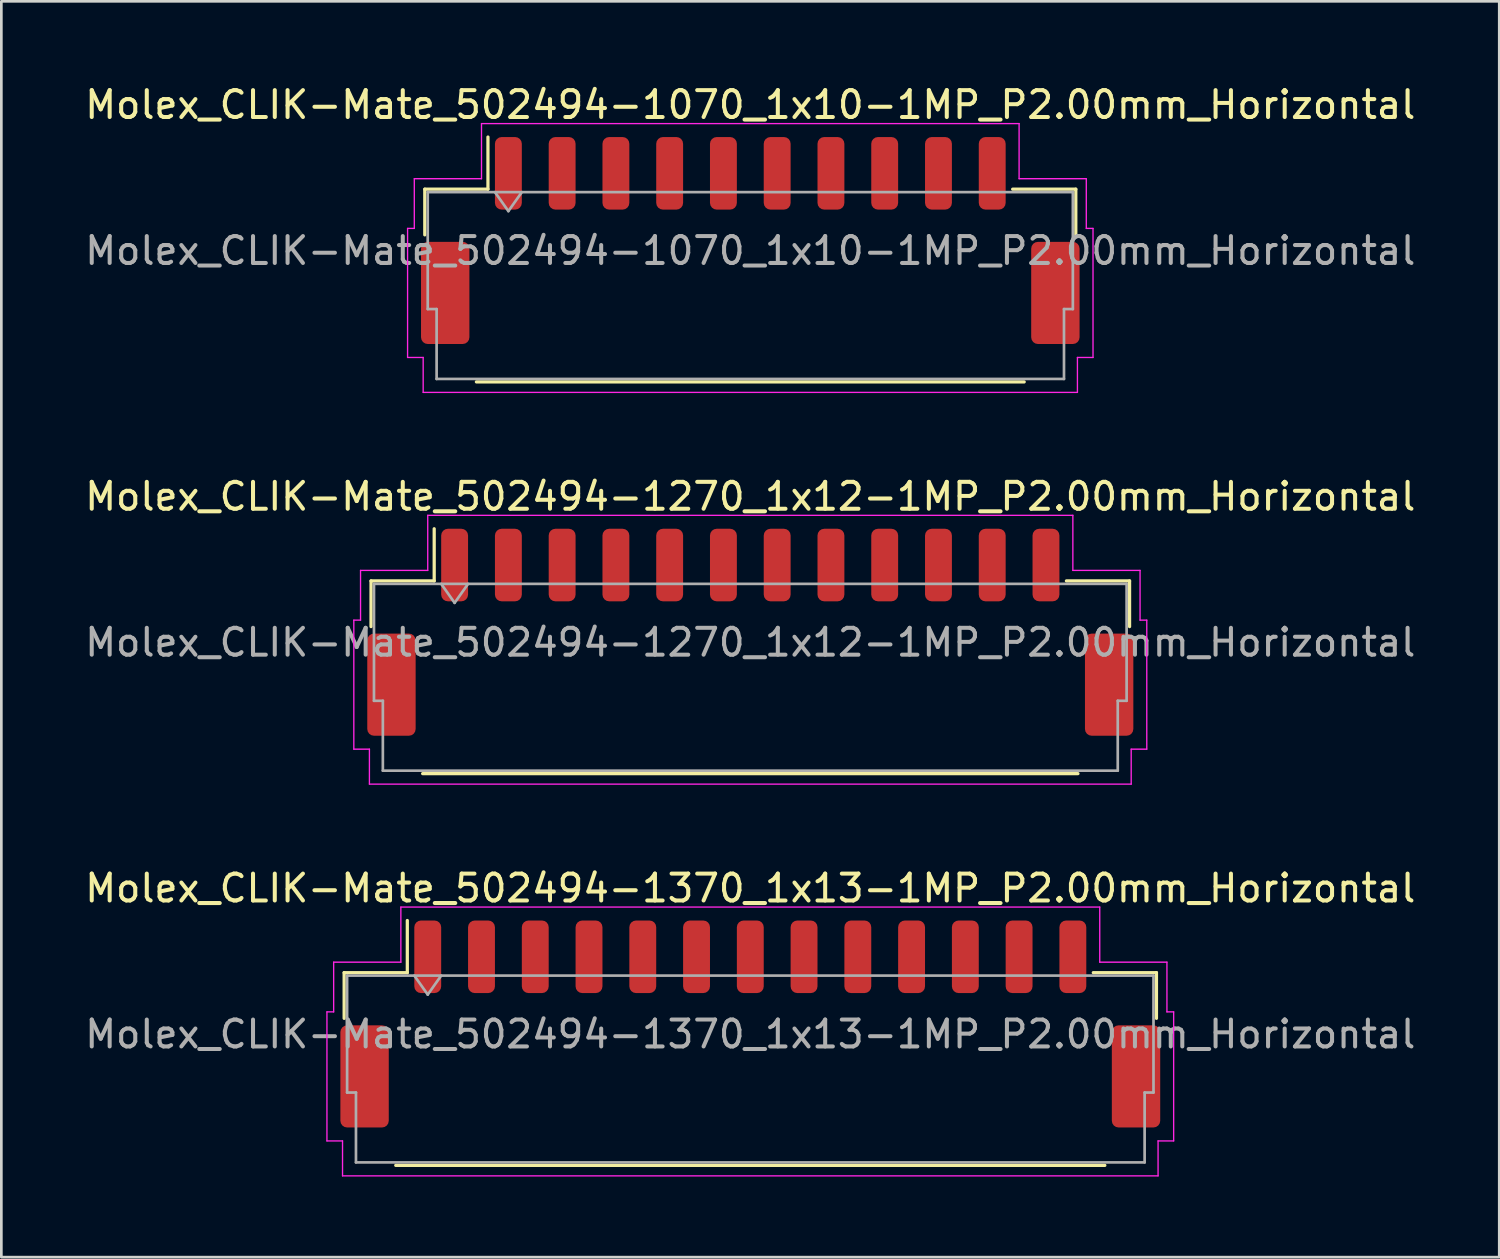
<source format=kicad_pcb>
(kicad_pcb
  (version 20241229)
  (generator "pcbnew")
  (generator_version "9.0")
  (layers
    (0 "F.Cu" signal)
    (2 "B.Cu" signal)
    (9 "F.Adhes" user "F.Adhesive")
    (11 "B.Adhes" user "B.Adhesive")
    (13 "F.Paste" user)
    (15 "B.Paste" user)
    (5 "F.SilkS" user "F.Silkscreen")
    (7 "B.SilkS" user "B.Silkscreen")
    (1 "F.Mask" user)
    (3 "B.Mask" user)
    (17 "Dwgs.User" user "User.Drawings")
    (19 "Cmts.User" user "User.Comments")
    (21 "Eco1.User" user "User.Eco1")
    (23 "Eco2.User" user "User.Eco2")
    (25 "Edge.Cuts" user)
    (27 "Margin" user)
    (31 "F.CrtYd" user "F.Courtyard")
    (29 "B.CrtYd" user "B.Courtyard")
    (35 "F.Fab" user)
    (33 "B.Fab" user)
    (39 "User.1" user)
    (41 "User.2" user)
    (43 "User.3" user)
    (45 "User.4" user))
  (footprint "Molex_CLIK-Mate_502494-1270_1x12-1MP_P2.00mm_Horizontal"
    (layer "F.Cu")
    (at 24.863 20.471)
    (property "Reference" "Molex_CLIK-Mate_502494-1270_1x12-1MP_P2.00mm_Horizontal" (at 0 -5.05 0) (layer "F.SilkS") (effects (font (size 1 1) (thickness 0.15))))
    (attr smd)
    (fp_line (start -14.11 -1.91) (end -11.76 -1.91) (stroke (width 0.12) (type solid)) (layer "F.SilkS"))
    (fp_line (start -14.11 -0.21) (end -14.11 -1.91) (stroke (width 0.12) (type solid)) (layer "F.SilkS"))
    (fp_line (start -12.19 5.26) (end 12.19 5.26) (stroke (width 0.12) (type solid)) (layer "F.SilkS"))
    (fp_line (start -11.76 -1.91) (end -11.76 -3.85) (stroke (width 0.12) (type solid)) (layer "F.SilkS"))
    (fp_line (start 14.11 -1.91) (end 11.76 -1.91) (stroke (width 0.12) (type solid)) (layer "F.SilkS"))
    (fp_line (start 14.11 -0.21) (end 14.11 -1.91) (stroke (width 0.12) (type solid)) (layer "F.SilkS"))
    (fp_line (start -14.75 -0.45) (end -14.5 -0.45) (stroke (width 0.05) (type solid)) (layer "F.CrtYd"))
    (fp_line (start -14.75 4.35) (end -14.75 -0.45) (stroke (width 0.05) (type solid)) (layer "F.CrtYd"))
    (fp_line (start -14.5 -2.3) (end -12 -2.3) (stroke (width 0.05) (type solid)) (layer "F.CrtYd"))
    (fp_line (start -14.5 -0.45) (end -14.5 -2.3) (stroke (width 0.05) (type solid)) (layer "F.CrtYd"))
    (fp_line (start -14.17 4.35) (end -14.75 4.35) (stroke (width 0.05) (type solid)) (layer "F.CrtYd"))
    (fp_line (start -14.17 5.65) (end -14.17 4.35) (stroke (width 0.05) (type solid)) (layer "F.CrtYd"))
    (fp_line (start -12 -4.35) (end 12 -4.35) (stroke (width 0.05) (type solid)) (layer "F.CrtYd"))
    (fp_line (start -12 -2.3) (end -12 -4.35) (stroke (width 0.05) (type solid)) (layer "F.CrtYd"))
    (fp_line (start 12 -4.35) (end 12 -2.3) (stroke (width 0.05) (type solid)) (layer "F.CrtYd"))
    (fp_line (start 12 -2.3) (end 14.5 -2.3) (stroke (width 0.05) (type solid)) (layer "F.CrtYd"))
    (fp_line (start 14.17 4.35) (end 14.17 5.65) (stroke (width 0.05) (type solid)) (layer "F.CrtYd"))
    (fp_line (start 14.17 5.65) (end -14.17 5.65) (stroke (width 0.05) (type solid)) (layer "F.CrtYd"))
    (fp_line (start 14.5 -2.3) (end 14.5 -0.45) (stroke (width 0.05) (type solid)) (layer "F.CrtYd"))
    (fp_line (start 14.5 -0.45) (end 14.75 -0.45) (stroke (width 0.05) (type solid)) (layer "F.CrtYd"))
    (fp_line (start 14.75 -0.45) (end 14.75 4.35) (stroke (width 0.05) (type solid)) (layer "F.CrtYd"))
    (fp_line (start 14.75 4.35) (end 14.17 4.35) (stroke (width 0.05) (type solid)) (layer "F.CrtYd"))
    (fp_line (start -14 -1.8) (end -14 2.55) (stroke (width 0.1) (type solid)) (layer "F.Fab"))
    (fp_line (start -14 -1.8) (end 14 -1.8) (stroke (width 0.1) (type solid)) (layer "F.Fab"))
    (fp_line (start -14 2.55) (end -13.67 2.55) (stroke (width 0.1) (type solid)) (layer "F.Fab"))
    (fp_line (start -13.67 2.55) (end -13.67 5.15) (stroke (width 0.1) (type solid)) (layer "F.Fab"))
    (fp_line (start -13.67 5.15) (end 13.67 5.15) (stroke (width 0.1) (type solid)) (layer "F.Fab"))
    (fp_line (start -11.5 -1.8) (end -11 -1.093) (stroke (width 0.1) (type solid)) (layer "F.Fab"))
    (fp_line (start -11 -1.093) (end -10.5 -1.8) (stroke (width 0.1) (type solid)) (layer "F.Fab"))
    (fp_line (start 13.67 2.55) (end 14 2.55) (stroke (width 0.1) (type solid)) (layer "F.Fab"))
    (fp_line (start 13.67 5.15) (end 13.67 2.55) (stroke (width 0.1) (type solid)) (layer "F.Fab"))
    (fp_line (start 14 -1.8) (end 14 2.55) (stroke (width 0.1) (type solid)) (layer "F.Fab"))
    (fp_text user "${REFERENCE}" (at 0 0.38 0) (layer "F.Fab") (effects (font (size 1 1) (thickness 0.15))))
    (pad "1" smd roundrect (at -11 -2.5) (size 1 2.7) (layers "F.Cu" "F.Mask" "F.Paste") (roundrect_rratio 0.25))
    (pad "2" smd roundrect (at -9 -2.5) (size 1 2.7) (layers "F.Cu" "F.Mask" "F.Paste") (roundrect_rratio 0.25))
    (pad "3" smd roundrect (at -7 -2.5) (size 1 2.7) (layers "F.Cu" "F.Mask" "F.Paste") (roundrect_rratio 0.25))
    (pad "4" smd roundrect (at -5 -2.5) (size 1 2.7) (layers "F.Cu" "F.Mask" "F.Paste") (roundrect_rratio 0.25))
    (pad "5" smd roundrect (at -3 -2.5) (size 1 2.7) (layers "F.Cu" "F.Mask" "F.Paste") (roundrect_rratio 0.25))
    (pad "6" smd roundrect (at -1 -2.5) (size 1 2.7) (layers "F.Cu" "F.Mask" "F.Paste") (roundrect_rratio 0.25))
    (pad "7" smd roundrect (at 1 -2.5) (size 1 2.7) (layers "F.Cu" "F.Mask" "F.Paste") (roundrect_rratio 0.25))
    (pad "8" smd roundrect (at 3 -2.5) (size 1 2.7) (layers "F.Cu" "F.Mask" "F.Paste") (roundrect_rratio 0.25))
    (pad "9" smd roundrect (at 5 -2.5) (size 1 2.7) (layers "F.Cu" "F.Mask" "F.Paste") (roundrect_rratio 0.25))
    (pad "10" smd roundrect (at 7 -2.5) (size 1 2.7) (layers "F.Cu" "F.Mask" "F.Paste") (roundrect_rratio 0.25))
    (pad "11" smd roundrect (at 9 -2.5) (size 1 2.7) (layers "F.Cu" "F.Mask" "F.Paste") (roundrect_rratio 0.25))
    (pad "12" smd roundrect (at 11 -2.5) (size 1 2.7) (layers "F.Cu" "F.Mask" "F.Paste") (roundrect_rratio 0.25))
    (pad "MP" smd roundrect (at -13.35 1.95) (size 1.8 3.8) (layers "F.Cu" "F.Mask" "F.Paste") (roundrect_rratio 0.139))
    (pad "MP" smd roundrect (at 13.35 1.95) (size 1.8 3.8) (layers "F.Cu" "F.Mask" "F.Paste") (roundrect_rratio 0.139)))
  (footprint "Molex_CLIK-Mate_502494-1070_1x10-1MP_P2.00mm_Horizontal"
    (layer "F.Cu")
    (at 24.863 5.898)
    (property "Reference" "Molex_CLIK-Mate_502494-1070_1x10-1MP_P2.00mm_Horizontal" (at 0 -5.05 0) (layer "F.SilkS") (effects (font (size 1 1) (thickness 0.15))))
    (attr smd)
    (fp_line (start -12.11 -1.91) (end -9.76 -1.91) (stroke (width 0.12) (type solid)) (layer "F.SilkS"))
    (fp_line (start -12.11 -0.21) (end -12.11 -1.91) (stroke (width 0.12) (type solid)) (layer "F.SilkS"))
    (fp_line (start -10.19 5.26) (end 10.19 5.26) (stroke (width 0.12) (type solid)) (layer "F.SilkS"))
    (fp_line (start -9.76 -1.91) (end -9.76 -3.85) (stroke (width 0.12) (type solid)) (layer "F.SilkS"))
    (fp_line (start 12.11 -1.91) (end 9.76 -1.91) (stroke (width 0.12) (type solid)) (layer "F.SilkS"))
    (fp_line (start 12.11 -0.21) (end 12.11 -1.91) (stroke (width 0.12) (type solid)) (layer "F.SilkS"))
    (fp_line (start -12.75 -0.45) (end -12.5 -0.45) (stroke (width 0.05) (type solid)) (layer "F.CrtYd"))
    (fp_line (start -12.75 4.35) (end -12.75 -0.45) (stroke (width 0.05) (type solid)) (layer "F.CrtYd"))
    (fp_line (start -12.5 -2.3) (end -10 -2.3) (stroke (width 0.05) (type solid)) (layer "F.CrtYd"))
    (fp_line (start -12.5 -0.45) (end -12.5 -2.3) (stroke (width 0.05) (type solid)) (layer "F.CrtYd"))
    (fp_line (start -12.17 4.35) (end -12.75 4.35) (stroke (width 0.05) (type solid)) (layer "F.CrtYd"))
    (fp_line (start -12.17 5.65) (end -12.17 4.35) (stroke (width 0.05) (type solid)) (layer "F.CrtYd"))
    (fp_line (start -10 -4.35) (end 10 -4.35) (stroke (width 0.05) (type solid)) (layer "F.CrtYd"))
    (fp_line (start -10 -2.3) (end -10 -4.35) (stroke (width 0.05) (type solid)) (layer "F.CrtYd"))
    (fp_line (start 10 -4.35) (end 10 -2.3) (stroke (width 0.05) (type solid)) (layer "F.CrtYd"))
    (fp_line (start 10 -2.3) (end 12.5 -2.3) (stroke (width 0.05) (type solid)) (layer "F.CrtYd"))
    (fp_line (start 12.17 4.35) (end 12.17 5.65) (stroke (width 0.05) (type solid)) (layer "F.CrtYd"))
    (fp_line (start 12.17 5.65) (end -12.17 5.65) (stroke (width 0.05) (type solid)) (layer "F.CrtYd"))
    (fp_line (start 12.5 -2.3) (end 12.5 -0.45) (stroke (width 0.05) (type solid)) (layer "F.CrtYd"))
    (fp_line (start 12.5 -0.45) (end 12.75 -0.45) (stroke (width 0.05) (type solid)) (layer "F.CrtYd"))
    (fp_line (start 12.75 -0.45) (end 12.75 4.35) (stroke (width 0.05) (type solid)) (layer "F.CrtYd"))
    (fp_line (start 12.75 4.35) (end 12.17 4.35) (stroke (width 0.05) (type solid)) (layer "F.CrtYd"))
    (fp_line (start -12 -1.8) (end -12 2.55) (stroke (width 0.1) (type solid)) (layer "F.Fab"))
    (fp_line (start -12 -1.8) (end 12 -1.8) (stroke (width 0.1) (type solid)) (layer "F.Fab"))
    (fp_line (start -12 2.55) (end -11.67 2.55) (stroke (width 0.1) (type solid)) (layer "F.Fab"))
    (fp_line (start -11.67 2.55) (end -11.67 5.15) (stroke (width 0.1) (type solid)) (layer "F.Fab"))
    (fp_line (start -11.67 5.15) (end 11.67 5.15) (stroke (width 0.1) (type solid)) (layer "F.Fab"))
    (fp_line (start -9.5 -1.8) (end -9 -1.093) (stroke (width 0.1) (type solid)) (layer "F.Fab"))
    (fp_line (start -9 -1.093) (end -8.5 -1.8) (stroke (width 0.1) (type solid)) (layer "F.Fab"))
    (fp_line (start 11.67 2.55) (end 12 2.55) (stroke (width 0.1) (type solid)) (layer "F.Fab"))
    (fp_line (start 11.67 5.15) (end 11.67 2.55) (stroke (width 0.1) (type solid)) (layer "F.Fab"))
    (fp_line (start 12 -1.8) (end 12 2.55) (stroke (width 0.1) (type solid)) (layer "F.Fab"))
    (fp_text user "${REFERENCE}" (at 0 0.38 0) (layer "F.Fab") (effects (font (size 1 1) (thickness 0.15))))
    (pad "1" smd roundrect (at -9 -2.5) (size 1 2.7) (layers "F.Cu" "F.Mask" "F.Paste") (roundrect_rratio 0.25))
    (pad "2" smd roundrect (at -7 -2.5) (size 1 2.7) (layers "F.Cu" "F.Mask" "F.Paste") (roundrect_rratio 0.25))
    (pad "3" smd roundrect (at -5 -2.5) (size 1 2.7) (layers "F.Cu" "F.Mask" "F.Paste") (roundrect_rratio 0.25))
    (pad "4" smd roundrect (at -3 -2.5) (size 1 2.7) (layers "F.Cu" "F.Mask" "F.Paste") (roundrect_rratio 0.25))
    (pad "5" smd roundrect (at -1 -2.5) (size 1 2.7) (layers "F.Cu" "F.Mask" "F.Paste") (roundrect_rratio 0.25))
    (pad "6" smd roundrect (at 1 -2.5) (size 1 2.7) (layers "F.Cu" "F.Mask" "F.Paste") (roundrect_rratio 0.25))
    (pad "7" smd roundrect (at 3 -2.5) (size 1 2.7) (layers "F.Cu" "F.Mask" "F.Paste") (roundrect_rratio 0.25))
    (pad "8" smd roundrect (at 5 -2.5) (size 1 2.7) (layers "F.Cu" "F.Mask" "F.Paste") (roundrect_rratio 0.25))
    (pad "9" smd roundrect (at 7 -2.5) (size 1 2.7) (layers "F.Cu" "F.Mask" "F.Paste") (roundrect_rratio 0.25))
    (pad "10" smd roundrect (at 9 -2.5) (size 1 2.7) (layers "F.Cu" "F.Mask" "F.Paste") (roundrect_rratio 0.25))
    (pad "MP" smd roundrect (at -11.35 1.95) (size 1.8 3.8) (layers "F.Cu" "F.Mask" "F.Paste") (roundrect_rratio 0.139))
    (pad "MP" smd roundrect (at 11.35 1.95) (size 1.8 3.8) (layers "F.Cu" "F.Mask" "F.Paste") (roundrect_rratio 0.139)))
  (footprint "Molex_CLIK-Mate_502494-1370_1x13-1MP_P2.00mm_Horizontal"
    (layer "F.Cu")
    (at 24.863 35.045)
    (property "Reference" "Molex_CLIK-Mate_502494-1370_1x13-1MP_P2.00mm_Horizontal" (at 0 -5.05 0) (layer "F.SilkS") (effects (font (size 1 1) (thickness 0.15))))
    (attr smd)
    (fp_line (start -15.11 -1.91) (end -12.76 -1.91) (stroke (width 0.12) (type solid)) (layer "F.SilkS"))
    (fp_line (start -15.11 -0.21) (end -15.11 -1.91) (stroke (width 0.12) (type solid)) (layer "F.SilkS"))
    (fp_line (start -13.19 5.26) (end 13.19 5.26) (stroke (width 0.12) (type solid)) (layer "F.SilkS"))
    (fp_line (start -12.76 -1.91) (end -12.76 -3.85) (stroke (width 0.12) (type solid)) (layer "F.SilkS"))
    (fp_line (start 15.11 -1.91) (end 12.76 -1.91) (stroke (width 0.12) (type solid)) (layer "F.SilkS"))
    (fp_line (start 15.11 -0.21) (end 15.11 -1.91) (stroke (width 0.12) (type solid)) (layer "F.SilkS"))
    (fp_line (start -15.75 -0.45) (end -15.5 -0.45) (stroke (width 0.05) (type solid)) (layer "F.CrtYd"))
    (fp_line (start -15.75 4.35) (end -15.75 -0.45) (stroke (width 0.05) (type solid)) (layer "F.CrtYd"))
    (fp_line (start -15.5 -2.3) (end -13 -2.3) (stroke (width 0.05) (type solid)) (layer "F.CrtYd"))
    (fp_line (start -15.5 -0.45) (end -15.5 -2.3) (stroke (width 0.05) (type solid)) (layer "F.CrtYd"))
    (fp_line (start -15.17 4.35) (end -15.75 4.35) (stroke (width 0.05) (type solid)) (layer "F.CrtYd"))
    (fp_line (start -15.17 5.65) (end -15.17 4.35) (stroke (width 0.05) (type solid)) (layer "F.CrtYd"))
    (fp_line (start -13 -4.35) (end 13 -4.35) (stroke (width 0.05) (type solid)) (layer "F.CrtYd"))
    (fp_line (start -13 -2.3) (end -13 -4.35) (stroke (width 0.05) (type solid)) (layer "F.CrtYd"))
    (fp_line (start 13 -4.35) (end 13 -2.3) (stroke (width 0.05) (type solid)) (layer "F.CrtYd"))
    (fp_line (start 13 -2.3) (end 15.5 -2.3) (stroke (width 0.05) (type solid)) (layer "F.CrtYd"))
    (fp_line (start 15.17 4.35) (end 15.17 5.65) (stroke (width 0.05) (type solid)) (layer "F.CrtYd"))
    (fp_line (start 15.17 5.65) (end -15.17 5.65) (stroke (width 0.05) (type solid)) (layer "F.CrtYd"))
    (fp_line (start 15.5 -2.3) (end 15.5 -0.45) (stroke (width 0.05) (type solid)) (layer "F.CrtYd"))
    (fp_line (start 15.5 -0.45) (end 15.75 -0.45) (stroke (width 0.05) (type solid)) (layer "F.CrtYd"))
    (fp_line (start 15.75 -0.45) (end 15.75 4.35) (stroke (width 0.05) (type solid)) (layer "F.CrtYd"))
    (fp_line (start 15.75 4.35) (end 15.17 4.35) (stroke (width 0.05) (type solid)) (layer "F.CrtYd"))
    (fp_line (start -15 -1.8) (end -15 2.55) (stroke (width 0.1) (type solid)) (layer "F.Fab"))
    (fp_line (start -15 -1.8) (end 15 -1.8) (stroke (width 0.1) (type solid)) (layer "F.Fab"))
    (fp_line (start -15 2.55) (end -14.67 2.55) (stroke (width 0.1) (type solid)) (layer "F.Fab"))
    (fp_line (start -14.67 2.55) (end -14.67 5.15) (stroke (width 0.1) (type solid)) (layer "F.Fab"))
    (fp_line (start -14.67 5.15) (end 14.67 5.15) (stroke (width 0.1) (type solid)) (layer "F.Fab"))
    (fp_line (start -12.5 -1.8) (end -12 -1.093) (stroke (width 0.1) (type solid)) (layer "F.Fab"))
    (fp_line (start -12 -1.093) (end -11.5 -1.8) (stroke (width 0.1) (type solid)) (layer "F.Fab"))
    (fp_line (start 14.67 2.55) (end 15 2.55) (stroke (width 0.1) (type solid)) (layer "F.Fab"))
    (fp_line (start 14.67 5.15) (end 14.67 2.55) (stroke (width 0.1) (type solid)) (layer "F.Fab"))
    (fp_line (start 15 -1.8) (end 15 2.55) (stroke (width 0.1) (type solid)) (layer "F.Fab"))
    (fp_text user "${REFERENCE}" (at 0 0.38 0) (layer "F.Fab") (effects (font (size 1 1) (thickness 0.15))))
    (pad "1" smd roundrect (at -12 -2.5) (size 1 2.7) (layers "F.Cu" "F.Mask" "F.Paste") (roundrect_rratio 0.25))
    (pad "2" smd roundrect (at -10 -2.5) (size 1 2.7) (layers "F.Cu" "F.Mask" "F.Paste") (roundrect_rratio 0.25))
    (pad "3" smd roundrect (at -8 -2.5) (size 1 2.7) (layers "F.Cu" "F.Mask" "F.Paste") (roundrect_rratio 0.25))
    (pad "4" smd roundrect (at -6 -2.5) (size 1 2.7) (layers "F.Cu" "F.Mask" "F.Paste") (roundrect_rratio 0.25))
    (pad "5" smd roundrect (at -4 -2.5) (size 1 2.7) (layers "F.Cu" "F.Mask" "F.Paste") (roundrect_rratio 0.25))
    (pad "6" smd roundrect (at -2 -2.5) (size 1 2.7) (layers "F.Cu" "F.Mask" "F.Paste") (roundrect_rratio 0.25))
    (pad "7" smd roundrect (at 0 -2.5) (size 1 2.7) (layers "F.Cu" "F.Mask" "F.Paste") (roundrect_rratio 0.25))
    (pad "8" smd roundrect (at 2 -2.5) (size 1 2.7) (layers "F.Cu" "F.Mask" "F.Paste") (roundrect_rratio 0.25))
    (pad "9" smd roundrect (at 4 -2.5) (size 1 2.7) (layers "F.Cu" "F.Mask" "F.Paste") (roundrect_rratio 0.25))
    (pad "10" smd roundrect (at 6 -2.5) (size 1 2.7) (layers "F.Cu" "F.Mask" "F.Paste") (roundrect_rratio 0.25))
    (pad "11" smd roundrect (at 8 -2.5) (size 1 2.7) (layers "F.Cu" "F.Mask" "F.Paste") (roundrect_rratio 0.25))
    (pad "12" smd roundrect (at 10 -2.5) (size 1 2.7) (layers "F.Cu" "F.Mask" "F.Paste") (roundrect_rratio 0.25))
    (pad "13" smd roundrect (at 12 -2.5) (size 1 2.7) (layers "F.Cu" "F.Mask" "F.Paste") (roundrect_rratio 0.25))
    (pad "MP" smd roundrect (at -14.35 1.95) (size 1.8 3.8) (layers "F.Cu" "F.Mask" "F.Paste") (roundrect_rratio 0.139))
    (pad "MP" smd roundrect (at 14.35 1.95) (size 1.8 3.8) (layers "F.Cu" "F.Mask" "F.Paste") (roundrect_rratio 0.139)))
  (gr_rect
    (start -3 -3)
    (end 52.726 43.72)
    (stroke (width 0.1) (type default))
    (fill no)
    (layer "Edge.Cuts")))
</source>
